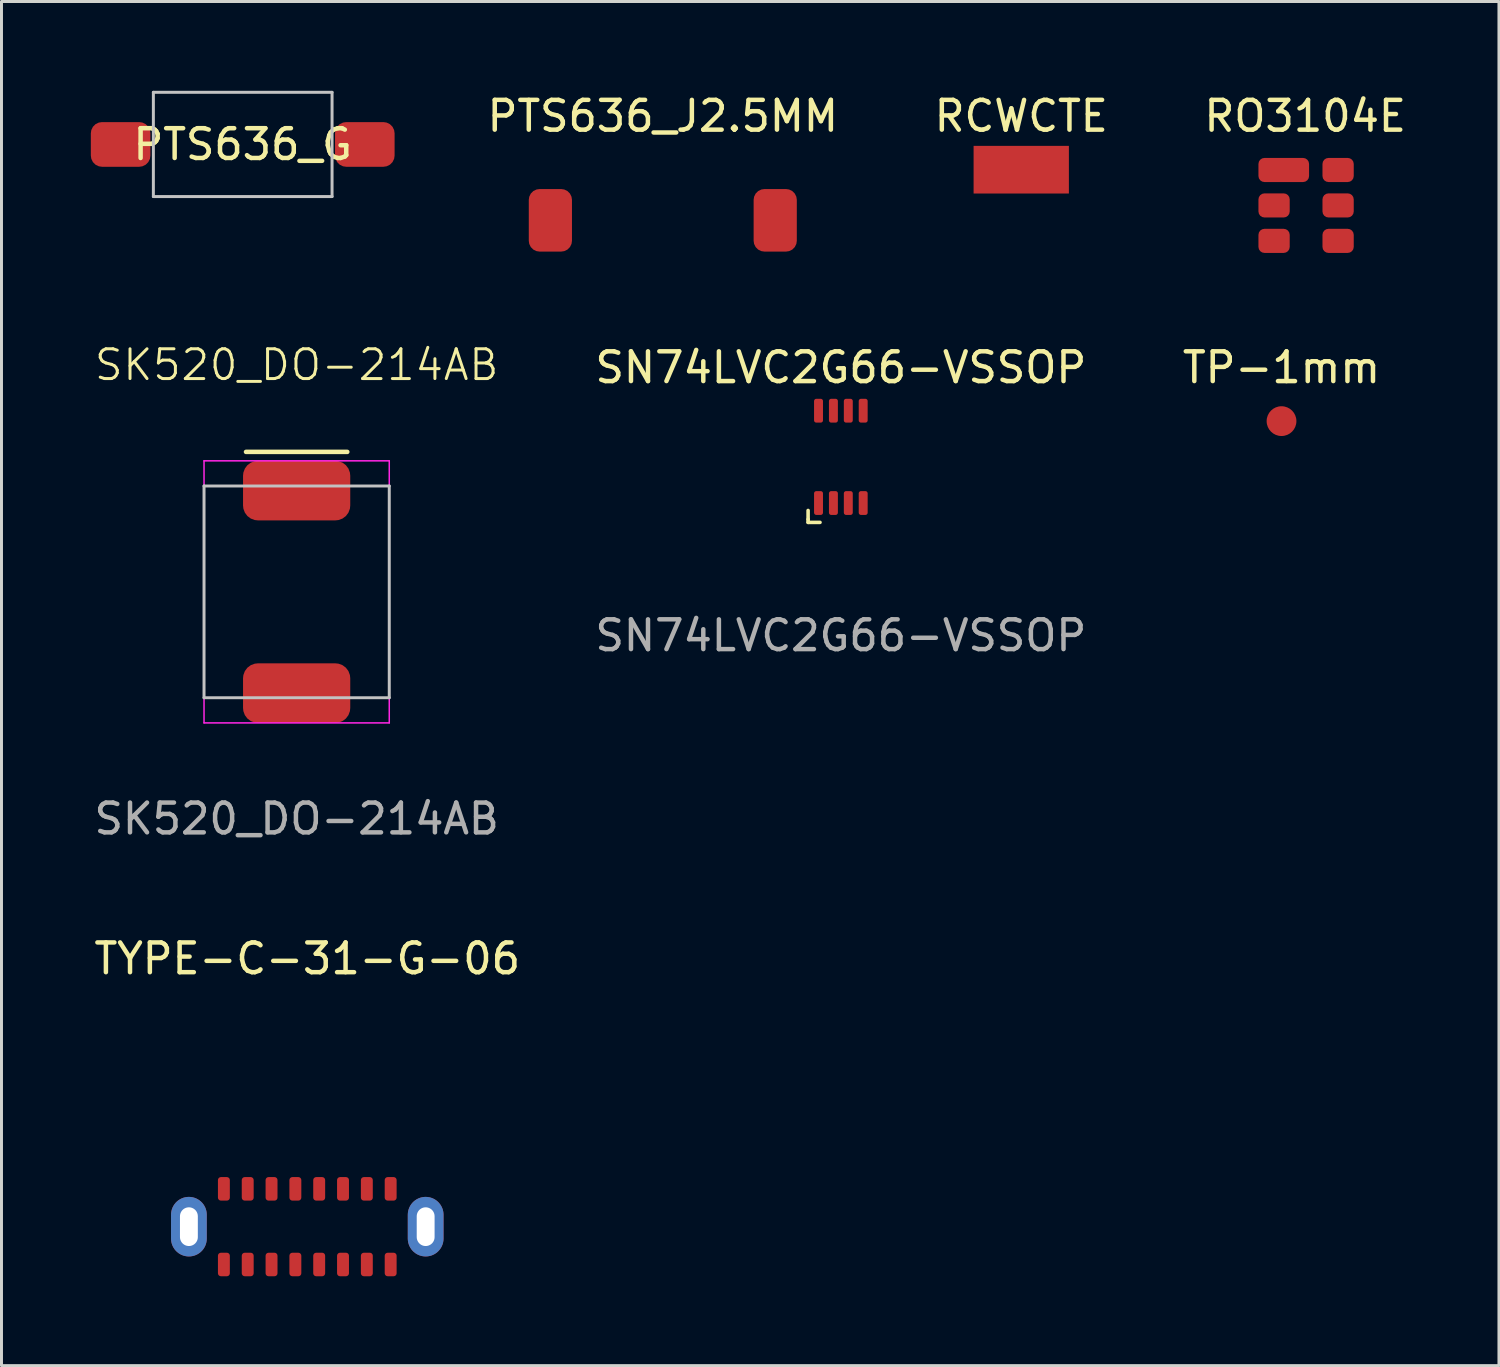
<source format=kicad_pcb>
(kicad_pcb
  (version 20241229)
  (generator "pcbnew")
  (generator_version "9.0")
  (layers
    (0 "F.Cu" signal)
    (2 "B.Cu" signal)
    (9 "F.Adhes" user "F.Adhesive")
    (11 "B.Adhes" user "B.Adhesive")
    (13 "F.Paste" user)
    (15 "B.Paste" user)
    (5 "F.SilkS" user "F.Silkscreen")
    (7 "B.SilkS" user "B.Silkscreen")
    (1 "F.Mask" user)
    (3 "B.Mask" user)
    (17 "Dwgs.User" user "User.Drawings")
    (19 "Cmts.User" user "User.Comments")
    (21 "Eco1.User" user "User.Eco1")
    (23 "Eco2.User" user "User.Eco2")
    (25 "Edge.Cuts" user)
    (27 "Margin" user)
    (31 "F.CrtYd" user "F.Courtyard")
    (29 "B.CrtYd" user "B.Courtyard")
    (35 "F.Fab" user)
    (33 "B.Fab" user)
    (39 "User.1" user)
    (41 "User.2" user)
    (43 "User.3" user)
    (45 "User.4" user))
  (footprint "RCWCTE"
    (layer "F.Cu")
    (at 31.242 2.648)
    (property "Reference" "RCWCTE" (at 0 -1.8 0) (unlocked yes) (layer "F.SilkS") (effects (font (size 1 1) (thickness 0.15))))
    (attr smd)
    (pad "1" smd rect (at 0 0) (size 3.2 1.6) (layers "F.Cu" "F.Mask" "F.Paste")))
  (footprint "PTS636_J2.5MM"
    (layer "F.Cu")
    (at 19.206 4.348)
    (property "Reference" "PTS636_J2.5MM" (at 0 -3.5 0) (unlocked yes) (layer "F.SilkS") (effects (font (size 1 1) (thickness 0.15))))
    (attr smd)
    (pad "1" smd roundrect (at -3.775 0) (size 1.45 2.1) (layers "F.Cu" "F.Mask" "F.Paste") (roundrect_rratio 0.25))
    (pad "2" smd roundrect (at 3.775 0) (size 1.45 2.1) (layers "F.Cu" "F.Mask" "F.Paste") (roundrect_rratio 0.25)))
  (footprint "TP-1mm"
    (layer "F.Cu")
    (at 39.982 11.091)
    (property "Reference" "TP-1mm" (at 0 -1.8 0) (unlocked yes) (layer "F.SilkS") (effects (font (size 1 1) (thickness 0.15))))
    (attr smd)
    (pad "1" smd circle (at 0 0) (size 1 1) (layers "F.Cu" "F.Mask")))
  (footprint "RO3104E"
    (layer "F.Cu")
    (at 40.807 3.848)
    (property "Reference" "RO3104E" (at -0.03 -3 0) (unlocked yes) (layer "F.SilkS") (effects (font (size 1 1) (thickness 0.15))))
    (attr smd)
    (pad "1" smd roundrect (at -0.75 -1.19) (size 1.7 0.81) (layers "F.Cu" "F.Mask" "F.Paste") (roundrect_rratio 0.25))
    (pad "2" smd roundrect (at -1.075 0) (size 1.05 0.81) (layers "F.Cu" "F.Mask" "F.Paste") (roundrect_rratio 0.25))
    (pad "3" smd roundrect (at -1.075 1.19) (size 1.05 0.81) (layers "F.Cu" "F.Mask" "F.Paste") (roundrect_rratio 0.25))
    (pad "4" smd roundrect (at 1.075 1.19) (size 1.05 0.81) (layers "F.Cu" "F.Mask" "F.Paste") (roundrect_rratio 0.25))
    (pad "5" smd roundrect (at 1.075 0) (size 1.05 0.81) (layers "F.Cu" "F.Mask" "F.Paste") (roundrect_rratio 0.25))
    (pad "6" smd roundrect (at 1.075 -1.19) (size 1.05 0.81) (layers "F.Cu" "F.Mask" "F.Paste") (roundrect_rratio 0.25)))
  (footprint "PTS636_G"
    (layer "F.Cu")
    (at 5.1 1.8)
    (property "Reference" "PTS636_G" (at 0 0 0) (unlocked yes) (layer "F.SilkS") (effects (font (size 1 1) (thickness 0.15))))
    (attr smd)
    (fp_line (start -3 -1.75) (end -3 1.75) (stroke (width 0.1) (type solid)) (layer "Dwgs.User"))
    (fp_line (start -3 1.75) (end 3 1.75) (stroke (width 0.1) (type solid)) (layer "Dwgs.User"))
    (fp_line (start 3 -1.75) (end -3 -1.75) (stroke (width 0.1) (type solid)) (layer "Dwgs.User"))
    (fp_line (start 3 1.75) (end 3 -1.75) (stroke (width 0.1) (type solid)) (layer "Dwgs.User"))
    (pad "1" smd roundrect (at -4.1 0) (size 2 1.5) (layers "F.Cu" "F.Mask" "F.Paste") (roundrect_rratio 0.25))
    (pad "2" smd roundrect (at 4.1 0) (size 2 1.5) (layers "F.Cu" "F.Mask" "F.Paste") (roundrect_rratio 0.25)))
  (footprint "SN74LVC2G66-VSSOP"
    (layer "F.Cu")
    (at 25.185 12.291)
    (property "Reference" "SN74LVC2G66-VSSOP" (at 0 -3 0) (unlocked yes) (layer "F.SilkS") (effects (font (size 1 1) (thickness 0.15))))
    (attr smd)
    (fp_line (start -1.1 1.8) (end -1.1 2.1) (stroke (width 0.12) (type solid)) (layer "F.SilkS"))
    (fp_line (start -1.1 2.1) (end -1.1 2.2) (stroke (width 0.12) (type solid)) (layer "F.SilkS"))
    (fp_line (start -1.1 2.2) (end -0.7 2.2) (stroke (width 0.12) (type solid)) (layer "F.SilkS"))
    (fp_text user "${REFERENCE}" (at 0 6 0) (unlocked yes) (layer "F.Fab") (effects (font (size 1 1) (thickness 0.15))))
    (pad "1" smd roundrect (at -0.75 1.55) (size 0.3 0.8) (layers "F.Cu" "F.Mask" "F.Paste") (roundrect_rratio 0.25))
    (pad "2" smd roundrect (at -0.25 1.55) (size 0.3 0.8) (layers "F.Cu" "F.Mask" "F.Paste") (roundrect_rratio 0.25))
    (pad "3" smd roundrect (at 0.25 1.55) (size 0.3 0.8) (layers "F.Cu" "F.Mask" "F.Paste") (roundrect_rratio 0.25))
    (pad "4" smd roundrect (at 0.75 1.55) (size 0.3 0.8) (layers "F.Cu" "F.Mask" "F.Paste") (roundrect_rratio 0.25))
    (pad "5" smd roundrect (at 0.75 -1.55) (size 0.3 0.8) (layers "F.Cu" "F.Mask" "F.Paste") (roundrect_rratio 0.25))
    (pad "6" smd roundrect (at 0.25 -1.55) (size 0.3 0.8) (layers "F.Cu" "F.Mask" "F.Paste") (roundrect_rratio 0.25))
    (pad "7" smd roundrect (at -0.25 -1.55) (size 0.3 0.8) (layers "F.Cu" "F.Mask" "F.Paste") (roundrect_rratio 0.25))
    (pad "8" smd roundrect (at -0.75 -1.55) (size 0.3 0.8) (layers "F.Cu" "F.Mask" "F.Paste") (roundrect_rratio 0.25)))
  (footprint "SK520_DO-214AB"
    (layer "F.Cu")
    (at 6.911 16.824)
    (property "Reference" "SK520_DO-214AB" (at 0 -7.62 0) (unlocked yes) (layer "F.SilkS") (effects (font (size 1 1) (thickness 0.1))))
    (attr smd)
    (fp_line (start -1.7 -4.7) (end 1.7 -4.7) (stroke (width 0.152) (type default)) (layer "F.SilkS"))
    (fp_line (start -3.11 -3.555) (end -3.11 3.555) (stroke (width 0.1) (type default)) (layer "Dwgs.User"))
    (fp_line (start -3.11 3.555) (end 3.11 3.555) (stroke (width 0.1) (type default)) (layer "Dwgs.User"))
    (fp_line (start 3.11 -3.555) (end -3.11 -3.555) (stroke (width 0.1) (type default)) (layer "Dwgs.User"))
    (fp_line (start 3.11 3.555) (end 3.11 -3.555) (stroke (width 0.1) (type default)) (layer "Dwgs.User"))
    (fp_line (start -3.11 -4.4) (end -3.11 4.4) (stroke (width 0.05) (type default)) (layer "F.CrtYd"))
    (fp_line (start -3.11 4.4) (end 3.11 4.4) (stroke (width 0.05) (type default)) (layer "F.CrtYd"))
    (fp_line (start 3.11 -4.4) (end -3.11 -4.4) (stroke (width 0.05) (type default)) (layer "F.CrtYd"))
    (fp_line (start 3.11 4.4) (end 3.11 -4.4) (stroke (width 0.05) (type default)) (layer "F.CrtYd"))
    (fp_text user "${REFERENCE}" (at 0 7.62 0) (unlocked yes) (layer "F.Fab") (effects (font (size 1 1) (thickness 0.15))))
    (pad "1" smd roundrect (at 0 -3.4) (size 3.6 2) (layers "F.Cu" "F.Mask" "F.Paste") (roundrect_rratio 0.25))
    (pad "2" smd roundrect (at 0 3.4) (size 3.6 2) (layers "F.Cu" "F.Mask" "F.Paste") (roundrect_rratio 0.25)))
  (footprint "TYPE-C-31-G-06"
    (layer "F.Cu")
    (at 7.268 38.14)
    (property "Reference" "TYPE-C-31-G-06" (at 0 -9 0) (unlocked yes) (layer "F.SilkS") (effects (font (size 1 1) (thickness 0.15))))
    (attr smd)
    (pad "A1" smd roundrect (at 2.8 -1.27) (size 0.4 0.79) (layers "F.Cu" "F.Mask" "F.Paste") (roundrect_rratio 0.25))
    (pad "A4" smd roundrect (at 2 -1.27) (size 0.4 0.79) (layers "F.Cu" "F.Mask" "F.Paste") (roundrect_rratio 0.25))
    (pad "A5" smd roundrect (at 1.2 -1.27) (size 0.4 0.79) (layers "F.Cu" "F.Mask" "F.Paste") (roundrect_rratio 0.25))
    (pad "A6" smd roundrect (at 0.4 -1.27) (size 0.4 0.79) (layers "F.Cu" "F.Mask" "F.Paste") (roundrect_rratio 0.25))
    (pad "A7" smd roundrect (at -0.4 -1.27) (size 0.4 0.79) (layers "F.Cu" "F.Mask" "F.Paste") (roundrect_rratio 0.25))
    (pad "A8" smd roundrect (at -1.2 -1.27) (size 0.4 0.79) (layers "F.Cu" "F.Mask" "F.Paste") (roundrect_rratio 0.25))
    (pad "A9" smd roundrect (at -2 -1.27) (size 0.4 0.79) (layers "F.Cu" "F.Mask" "F.Paste") (roundrect_rratio 0.25))
    (pad "A12" smd roundrect (at -2.8 -1.27) (size 0.4 0.79) (layers "F.Cu" "F.Mask" "F.Paste") (roundrect_rratio 0.25))
    (pad "B1" smd roundrect (at -2.8 1.27) (size 0.4 0.79) (layers "F.Cu" "F.Mask" "F.Paste") (roundrect_rratio 0.25))
    (pad "B4" smd roundrect (at -2 1.27) (size 0.4 0.79) (layers "F.Cu" "F.Mask" "F.Paste") (roundrect_rratio 0.25))
    (pad "B5" smd roundrect (at -1.2 1.27) (size 0.4 0.79) (layers "F.Cu" "F.Mask" "F.Paste") (roundrect_rratio 0.25))
    (pad "B6" smd roundrect (at -0.4 1.27) (size 0.4 0.79) (layers "F.Cu" "F.Mask" "F.Paste") (roundrect_rratio 0.25))
    (pad "B7" smd roundrect (at 0.4 1.27) (size 0.4 0.79) (layers "F.Cu" "F.Mask" "F.Paste") (roundrect_rratio 0.25))
    (pad "B8" smd roundrect (at 1.2 1.27) (size 0.4 0.79) (layers "F.Cu" "F.Mask" "F.Paste") (roundrect_rratio 0.25))
    (pad "B9" smd roundrect (at 2 1.27) (size 0.4 0.79) (layers "F.Cu" "F.Mask" "F.Paste") (roundrect_rratio 0.25))
    (pad "B12" smd roundrect (at 2.8 1.27) (size 0.4 0.79) (layers "F.Cu" "F.Mask" "F.Paste") (roundrect_rratio 0.25))
    (pad "S1" thru_hole oval (at -3.975 0) (size 1.2 2) (drill oval 0.6 1.3) (layers "*.Cu" "*.Mask"))
    (pad "S1" thru_hole oval (at 3.975 0) (size 1.2 2) (drill oval 0.6 1.3) (layers "*.Cu" "*.Mask")))
  (gr_rect
    (start -3 -3)
    (end 47.283 42.805)
    (stroke (width 0.1) (type default))
    (fill no)
    (layer "Edge.Cuts")))
</source>
